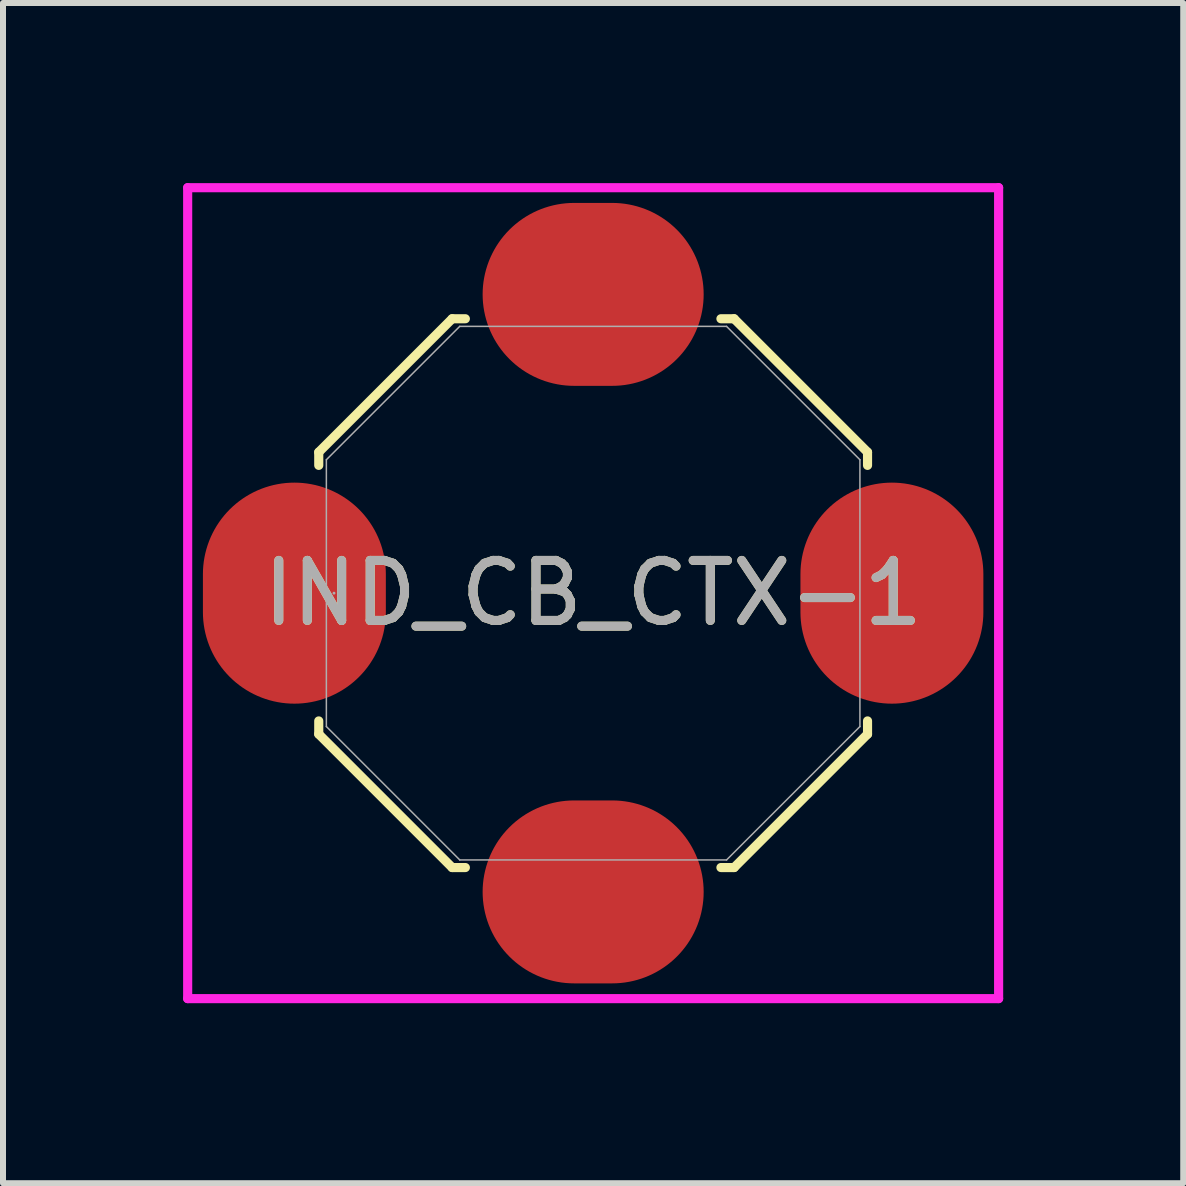
<source format=kicad_pcb>
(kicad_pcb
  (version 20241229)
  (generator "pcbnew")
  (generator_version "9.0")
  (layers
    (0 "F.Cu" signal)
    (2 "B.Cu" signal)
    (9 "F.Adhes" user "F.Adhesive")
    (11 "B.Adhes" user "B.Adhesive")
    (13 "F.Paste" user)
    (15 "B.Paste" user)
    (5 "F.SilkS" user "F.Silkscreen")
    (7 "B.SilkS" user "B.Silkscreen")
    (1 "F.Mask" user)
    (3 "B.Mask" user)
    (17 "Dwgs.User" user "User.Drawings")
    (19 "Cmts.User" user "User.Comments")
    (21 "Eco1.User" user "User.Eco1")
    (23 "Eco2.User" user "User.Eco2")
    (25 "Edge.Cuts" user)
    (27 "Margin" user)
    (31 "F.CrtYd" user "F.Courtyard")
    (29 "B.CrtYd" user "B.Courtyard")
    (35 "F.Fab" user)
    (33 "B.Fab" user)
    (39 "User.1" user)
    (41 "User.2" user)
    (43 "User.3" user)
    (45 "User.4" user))
  (footprint "IND_CB_CTX-1"
    (layer "F.Cu")
    (at 6.833 6.833)
    (property "Reference" "IND_CB_CTX-1" (at 0 0 0) (unlocked yes) (layer "F.SilkS") (effects (font (size 1 1) (thickness 0.15))))
    (attr smd)
    (fp_line (start -4.572 -2.349) (end -2.349 -4.572) (stroke (width 0.152) (type solid)) (layer "F.SilkS"))
    (fp_line (start -4.572 -2.129) (end -4.572 -2.349) (stroke (width 0.152) (type solid)) (layer "F.SilkS"))
    (fp_line (start -4.572 2.349) (end -4.572 2.129) (stroke (width 0.152) (type solid)) (layer "F.SilkS"))
    (fp_line (start -2.349 -4.572) (end -2.129 -4.572) (stroke (width 0.152) (type solid)) (layer "F.SilkS"))
    (fp_line (start -2.349 4.572) (end -4.572 2.349) (stroke (width 0.152) (type solid)) (layer "F.SilkS"))
    (fp_line (start -2.129 4.572) (end -2.349 4.572) (stroke (width 0.152) (type solid)) (layer "F.SilkS"))
    (fp_line (start 2.129 -4.572) (end 2.349 -4.572) (stroke (width 0.152) (type solid)) (layer "F.SilkS"))
    (fp_line (start 2.349 -4.572) (end 4.572 -2.349) (stroke (width 0.152) (type solid)) (layer "F.SilkS"))
    (fp_line (start 2.349 4.572) (end 2.129 4.572) (stroke (width 0.152) (type solid)) (layer "F.SilkS"))
    (fp_line (start 4.572 -2.349) (end 4.572 -2.129) (stroke (width 0.152) (type solid)) (layer "F.SilkS"))
    (fp_line (start 4.572 2.129) (end 4.572 2.349) (stroke (width 0.152) (type solid)) (layer "F.SilkS"))
    (fp_line (start 4.572 2.349) (end 2.349 4.572) (stroke (width 0.152) (type solid)) (layer "F.SilkS"))
    (fp_line (start -6.756 -6.756) (end 6.756 -6.756) (stroke (width 0.152) (type solid)) (layer "F.CrtYd"))
    (fp_line (start -6.756 6.756) (end -6.756 -6.756) (stroke (width 0.152) (type solid)) (layer "F.CrtYd"))
    (fp_line (start 6.756 -6.756) (end 6.756 6.756) (stroke (width 0.152) (type solid)) (layer "F.CrtYd"))
    (fp_line (start 6.756 6.756) (end -6.756 6.756) (stroke (width 0.152) (type solid)) (layer "F.CrtYd"))
    (fp_line (start -4.445 -2.223) (end -2.223 -4.445) (stroke (width 0.025) (type solid)) (layer "F.Fab"))
    (fp_line (start -4.445 2.223) (end -4.445 -2.223) (stroke (width 0.025) (type solid)) (layer "F.Fab"))
    (fp_line (start -2.223 -4.445) (end 2.223 -4.445) (stroke (width 0.025) (type solid)) (layer "F.Fab"))
    (fp_line (start -2.223 4.445) (end -4.445 2.223) (stroke (width 0.025) (type solid)) (layer "F.Fab"))
    (fp_line (start 2.223 -4.445) (end 4.445 -2.223) (stroke (width 0.025) (type solid)) (layer "F.Fab"))
    (fp_line (start 2.223 4.445) (end -2.223 4.445) (stroke (width 0.025) (type solid)) (layer "F.Fab"))
    (fp_line (start 4.445 -2.223) (end 4.445 2.223) (stroke (width 0.025) (type solid)) (layer "F.Fab"))
    (fp_line (start 4.445 2.223) (end 2.223 4.445) (stroke (width 0.025) (type solid)) (layer "F.Fab"))
    (fp_circle (center -4.318 0) (end -4.318 0) (stroke (width 0.025) (type solid)) (fill no) (layer "F.Fab"))
    (fp_text user "${REFERENCE}" (at 0 0 0) (unlocked yes) (layer "F.Fab") (effects (font (size 1 1) (thickness 0.15))))
    (pad "1" smd oval (at -4.978 0) (size 3.048 3.683) (layers "F.Cu" "F.Mask" "F.Paste"))
    (pad "2" smd oval (at 0 4.978 90) (size 3.048 3.683) (layers "F.Cu" "F.Mask" "F.Paste"))
    (pad "3" smd oval (at 4.978 0) (size 3.048 3.683) (layers "F.Cu" "F.Mask" "F.Paste"))
    (pad "4" smd oval (at 0 -4.978 90) (size 3.048 3.683) (layers "F.Cu" "F.Mask" "F.Paste")))
  (gr_rect
    (start -3 -3)
    (end 16.665 16.665)
    (stroke (width 0.1) (type default))
    (fill no)
    (layer "Edge.Cuts")))
</source>
